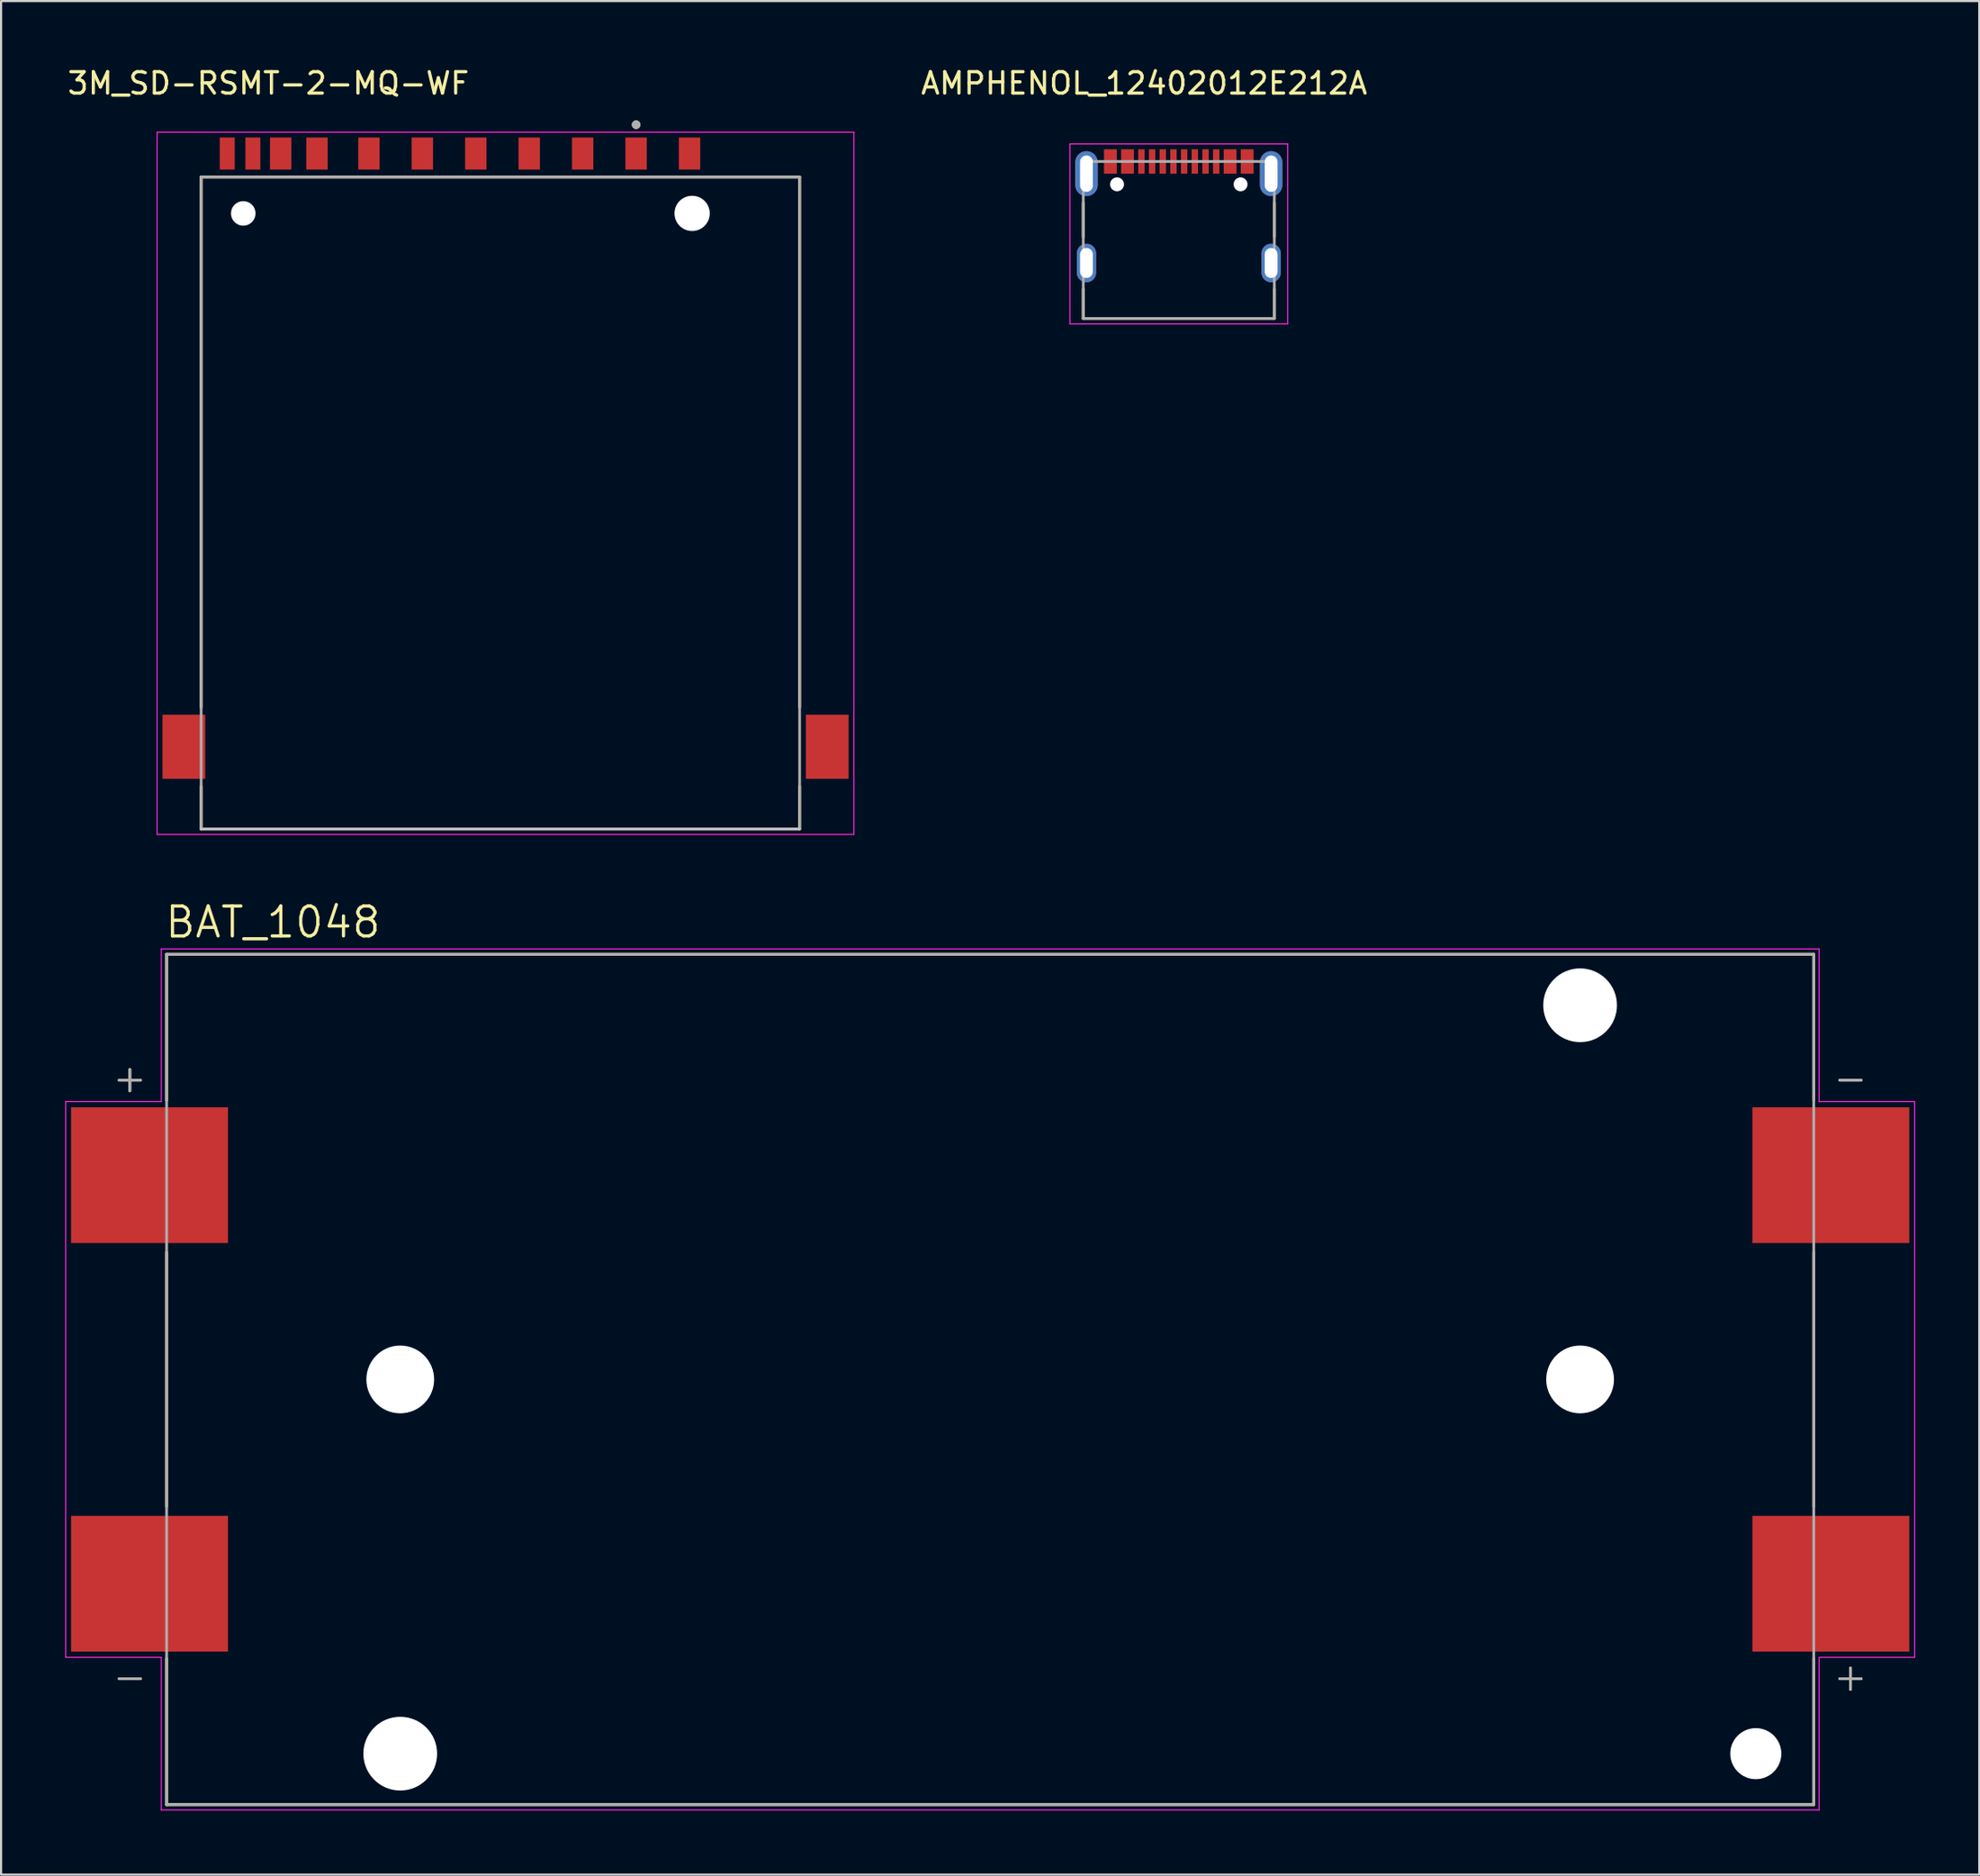
<source format=kicad_pcb>
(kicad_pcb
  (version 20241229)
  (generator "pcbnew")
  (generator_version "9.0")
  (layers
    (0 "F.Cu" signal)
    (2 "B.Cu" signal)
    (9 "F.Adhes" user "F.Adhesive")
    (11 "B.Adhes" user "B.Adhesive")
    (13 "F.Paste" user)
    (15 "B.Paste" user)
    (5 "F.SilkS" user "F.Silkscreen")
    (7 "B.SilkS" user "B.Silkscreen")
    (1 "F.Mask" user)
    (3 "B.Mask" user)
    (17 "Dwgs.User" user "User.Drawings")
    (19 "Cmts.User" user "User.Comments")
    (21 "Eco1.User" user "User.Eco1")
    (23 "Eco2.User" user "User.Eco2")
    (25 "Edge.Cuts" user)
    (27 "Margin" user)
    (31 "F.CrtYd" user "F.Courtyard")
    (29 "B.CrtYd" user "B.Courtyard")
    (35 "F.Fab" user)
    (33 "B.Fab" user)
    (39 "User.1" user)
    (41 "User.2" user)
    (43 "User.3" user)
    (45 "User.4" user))
  (footprint "BAT_1048"
    (layer "F.Cu")
    (at 43.275 61.48)
    (property "Reference" "BAT_1048" (at -33.555 -21.389 0) (layer "F.SilkS") (effects (font (size 1.4 1.4) (thickness 0.15))))
    (attr through_hole)
    (fp_line (start -40.75 -14) (end -39.75 -14) (stroke (width 0.127) (type solid)) (layer "F.SilkS"))
    (fp_line (start -40.75 14) (end -39.75 14) (stroke (width 0.127) (type solid)) (layer "F.SilkS"))
    (fp_line (start -40.25 -14.5) (end -40.25 -13.5) (stroke (width 0.127) (type solid)) (layer "F.SilkS"))
    (fp_line (start -38.53 -19.89) (end 38.53 -19.89) (stroke (width 0.127) (type solid)) (layer "F.SilkS"))
    (fp_line (start -38.53 -13.05) (end -38.53 -19.89) (stroke (width 0.127) (type solid)) (layer "F.SilkS"))
    (fp_line (start -38.53 -5.95) (end -38.53 5.95) (stroke (width 0.127) (type solid)) (layer "F.SilkS"))
    (fp_line (start -38.53 13.05) (end -38.53 19.89) (stroke (width 0.127) (type solid)) (layer "F.SilkS"))
    (fp_line (start -38.53 19.89) (end 38.53 19.89) (stroke (width 0.127) (type solid)) (layer "F.SilkS"))
    (fp_line (start 38.53 -19.89) (end 38.53 -13.05) (stroke (width 0.127) (type solid)) (layer "F.SilkS"))
    (fp_line (start 38.53 -5.95) (end 38.53 5.95) (stroke (width 0.127) (type solid)) (layer "F.SilkS"))
    (fp_line (start 38.53 19.89) (end 38.53 13.05) (stroke (width 0.127) (type solid)) (layer "F.SilkS"))
    (fp_line (start 40.25 14.5) (end 40.25 13.5) (stroke (width 0.127) (type solid)) (layer "F.SilkS"))
    (fp_line (start 40.75 -14) (end 39.75 -14) (stroke (width 0.127) (type solid)) (layer "F.SilkS"))
    (fp_line (start 40.75 14) (end 39.75 14) (stroke (width 0.127) (type solid)) (layer "F.SilkS"))
    (fp_line (start -43.25 -13) (end -38.78 -13) (stroke (width 0.05) (type solid)) (layer "F.CrtYd"))
    (fp_line (start -43.25 13) (end -43.25 -13) (stroke (width 0.05) (type solid)) (layer "F.CrtYd"))
    (fp_line (start -38.78 -20.14) (end 38.78 -20.14) (stroke (width 0.05) (type solid)) (layer "F.CrtYd"))
    (fp_line (start -38.78 -13) (end -38.78 -20.14) (stroke (width 0.05) (type solid)) (layer "F.CrtYd"))
    (fp_line (start -38.78 13) (end -43.25 13) (stroke (width 0.05) (type solid)) (layer "F.CrtYd"))
    (fp_line (start -38.78 20.14) (end -38.78 13) (stroke (width 0.05) (type solid)) (layer "F.CrtYd"))
    (fp_line (start 38.78 -20.14) (end 38.78 -13) (stroke (width 0.05) (type solid)) (layer "F.CrtYd"))
    (fp_line (start 38.78 -13) (end 43.25 -13) (stroke (width 0.05) (type solid)) (layer "F.CrtYd"))
    (fp_line (start 38.78 13) (end 38.78 20.14) (stroke (width 0.05) (type solid)) (layer "F.CrtYd"))
    (fp_line (start 38.78 20.14) (end -38.78 20.14) (stroke (width 0.05) (type solid)) (layer "F.CrtYd"))
    (fp_line (start 43.25 -13) (end 43.25 13) (stroke (width 0.05) (type solid)) (layer "F.CrtYd"))
    (fp_line (start 43.25 13) (end 38.78 13) (stroke (width 0.05) (type solid)) (layer "F.CrtYd"))
    (fp_line (start -40.75 -14) (end -39.75 -14) (stroke (width 0.127) (type solid)) (layer "F.Fab"))
    (fp_line (start -40.75 14) (end -39.75 14) (stroke (width 0.127) (type solid)) (layer "F.Fab"))
    (fp_line (start -40.25 -14.5) (end -40.25 -13.5) (stroke (width 0.127) (type solid)) (layer "F.Fab"))
    (fp_line (start -38.53 -19.89) (end 38.53 -19.89) (stroke (width 0.127) (type solid)) (layer "F.Fab"))
    (fp_line (start -38.53 19.89) (end -38.53 -19.89) (stroke (width 0.127) (type solid)) (layer "F.Fab"))
    (fp_line (start 38.53 -19.89) (end 38.53 19.89) (stroke (width 0.127) (type solid)) (layer "F.Fab"))
    (fp_line (start 38.53 19.89) (end -38.53 19.89) (stroke (width 0.127) (type solid)) (layer "F.Fab"))
    (fp_line (start 40.25 14.5) (end 40.25 13.5) (stroke (width 0.127) (type solid)) (layer "F.Fab"))
    (fp_line (start 40.75 -14) (end 39.75 -14) (stroke (width 0.127) (type solid)) (layer "F.Fab"))
    (fp_line (start 40.75 14) (end 39.75 14) (stroke (width 0.127) (type solid)) (layer "F.Fab"))
    (pad "" np_thru_hole circle (at -27.6 0) (size 3.17 3.17) (drill 3.17) (layers "*.Cu" "*.Mask"))
    (pad "" np_thru_hole circle (at -27.6 17.505) (size 3.45 3.45) (drill 3.45) (layers "*.Cu" "*.Mask"))
    (pad "" np_thru_hole circle (at 27.6 -17.505) (size 3.45 3.45) (drill 3.45) (layers "*.Cu" "*.Mask"))
    (pad "" np_thru_hole circle (at 27.6 0) (size 3.17 3.17) (drill 3.17) (layers "*.Cu" "*.Mask"))
    (pad "" np_thru_hole circle (at 35.82 17.505) (size 2.39 2.39) (drill 2.39) (layers "*.Cu" "*.Mask"))
    (pad "N1" smd rect (at 39.33 -9.555) (size 7.34 6.35) (layers "F.Cu" "F.Mask" "F.Paste"))
    (pad "N2" smd rect (at -39.33 9.555) (size 7.34 6.35) (layers "F.Cu" "F.Mask" "F.Paste"))
    (pad "P1" smd rect (at -39.33 -9.555) (size 7.34 6.35) (layers "F.Cu" "F.Mask" "F.Paste"))
    (pad "P2" smd rect (at 39.33 9.555) (size 7.34 6.35) (layers "F.Cu" "F.Mask" "F.Paste")))
  (footprint "3M_SD-RSMT-2-MQ-WF"
    (layer "F.Cu")
    (at 19.831 20.483)
    (property "Reference" "3M_SD-RSMT-2-MQ-WF" (at -10.325 -19.635 0) (layer "F.SilkS") (effects (font (size 1 1) (thickness 0.15))))
    (attr smd)
    (fp_line (start -13.47 -15.25) (end 14.53 -15.25) (stroke (width 0.127) (type solid)) (layer "F.SilkS"))
    (fp_line (start -13.47 9.55) (end -13.47 -15.25) (stroke (width 0.127) (type solid)) (layer "F.SilkS"))
    (fp_line (start -13.47 15.25) (end -13.47 13.25) (stroke (width 0.127) (type solid)) (layer "F.SilkS"))
    (fp_line (start 14.53 -15.25) (end 14.53 9.55) (stroke (width 0.127) (type solid)) (layer "F.SilkS"))
    (fp_line (start 14.53 13.25) (end 14.53 15.25) (stroke (width 0.127) (type solid)) (layer "F.SilkS"))
    (fp_circle (center 6.88 -17.7) (end 6.98 -17.7) (stroke (width 0.2) (type solid)) (fill no) (layer "F.SilkS"))
    (fp_line (start 14.53 15.25) (end -13.47 15.25) (stroke (width 0.127) (type solid)) (layer "Dwgs.User"))
    (fp_line (start -15.53 -17.35) (end -15.53 15.5) (stroke (width 0.05) (type solid)) (layer "F.CrtYd"))
    (fp_line (start -15.53 15.5) (end 17.07 15.5) (stroke (width 0.05) (type solid)) (layer "F.CrtYd"))
    (fp_line (start 17.07 -17.35) (end -15.53 -17.35) (stroke (width 0.05) (type solid)) (layer "F.CrtYd"))
    (fp_line (start 17.07 15.5) (end 17.07 -17.35) (stroke (width 0.05) (type solid)) (layer "F.CrtYd"))
    (fp_line (start -13.47 -15.25) (end 14.53 -15.25) (stroke (width 0.127) (type solid)) (layer "F.Fab"))
    (fp_line (start -13.47 15.25) (end -13.47 -15.25) (stroke (width 0.127) (type solid)) (layer "F.Fab"))
    (fp_line (start 14.53 -15.25) (end 14.53 15.25) (stroke (width 0.127) (type solid)) (layer "F.Fab"))
    (fp_line (start 14.53 15.25) (end -13.47 15.25) (stroke (width 0.127) (type solid)) (layer "F.Fab"))
    (fp_circle (center 6.88 -17.7) (end 6.98 -17.7) (stroke (width 0.2) (type solid)) (fill no) (layer "F.Fab"))
    (pad "" np_thru_hole circle (at -11.5 -13.55) (size 1.15 1.15) (drill 1.15) (layers "*.Cu" "*.Mask"))
    (pad "" np_thru_hole circle (at 9.5 -13.55) (size 1.65 1.65) (drill 1.65) (layers "*.Cu" "*.Mask"))
    (pad "1" smd rect (at 6.88 -16.35) (size 1 1.5) (layers "F.Cu" "F.Mask" "F.Paste"))
    (pad "2" smd rect (at 4.38 -16.35) (size 1 1.5) (layers "F.Cu" "F.Mask" "F.Paste"))
    (pad "3" smd rect (at 1.88 -16.35) (size 1 1.5) (layers "F.Cu" "F.Mask" "F.Paste"))
    (pad "4" smd rect (at -0.62 -16.35) (size 1 1.5) (layers "F.Cu" "F.Mask" "F.Paste"))
    (pad "5" smd rect (at -3.12 -16.35) (size 1 1.5) (layers "F.Cu" "F.Mask" "F.Paste"))
    (pad "6" smd rect (at -5.62 -16.35) (size 1 1.5) (layers "F.Cu" "F.Mask" "F.Paste"))
    (pad "7" smd rect (at -8.05 -16.35) (size 1 1.5) (layers "F.Cu" "F.Mask" "F.Paste"))
    (pad "8" smd rect (at -9.75 -16.35) (size 1 1.5) (layers "F.Cu" "F.Mask" "F.Paste"))
    (pad "9" smd rect (at 9.38 -16.35) (size 1 1.5) (layers "F.Cu" "F.Mask" "F.Paste"))
    (pad "CDI" smd rect (at -11.05 -16.35) (size 0.7 1.5) (layers "F.Cu" "F.Mask" "F.Paste"))
    (pad "G1" smd rect (at -14.28 11.4) (size 2 3) (layers "F.Cu" "F.Mask" "F.Paste"))
    (pad "G2" smd rect (at 15.82 11.4) (size 2 3) (layers "F.Cu" "F.Mask" "F.Paste"))
    (pad "WP" smd rect (at -12.25 -16.35) (size 0.7 1.5) (layers "F.Cu" "F.Mask" "F.Paste")))
  (footprint "AMPHENOL_12402012E212A"
    (layer "F.Cu")
    (at 52.1 9.253)
    (property "Reference" "AMPHENOL_12402012E212A" (at -1.62 -8.405 0) (layer "F.SilkS") (effects (font (size 1 1) (thickness 0.15))))
    (attr smd)
    (fp_line (start -4.47 -2.81) (end -4.47 -1.22) (stroke (width 0.127) (type solid)) (layer "F.SilkS"))
    (fp_line (start -4.47 2.6) (end -4.47 1.22) (stroke (width 0.127) (type solid)) (layer "F.SilkS"))
    (fp_line (start 4.47 -2.81) (end 4.47 -1.22) (stroke (width 0.127) (type solid)) (layer "F.SilkS"))
    (fp_line (start 4.47 2.6) (end -4.47 2.6) (stroke (width 0.127) (type solid)) (layer "F.SilkS"))
    (fp_line (start 4.47 2.6) (end 4.47 1.22) (stroke (width 0.127) (type solid)) (layer "F.SilkS"))
    (fp_line (start -5.095 -5.57) (end -5.095 2.85) (stroke (width 0.05) (type solid)) (layer "F.CrtYd"))
    (fp_line (start -5.095 2.85) (end 5.095 2.85) (stroke (width 0.05) (type solid)) (layer "F.CrtYd"))
    (fp_line (start 5.095 -5.57) (end -5.095 -5.57) (stroke (width 0.05) (type solid)) (layer "F.CrtYd"))
    (fp_line (start 5.095 2.85) (end 5.095 -5.57) (stroke (width 0.05) (type solid)) (layer "F.CrtYd"))
    (fp_line (start -4.47 -4.75) (end 4.47 -4.75) (stroke (width 0.127) (type solid)) (layer "F.Fab"))
    (fp_line (start -4.47 2.6) (end -4.47 -4.75) (stroke (width 0.127) (type solid)) (layer "F.Fab"))
    (fp_line (start 4.47 -4.75) (end 4.47 2.6) (stroke (width 0.127) (type solid)) (layer "F.Fab"))
    (fp_line (start 4.47 2.6) (end -4.47 2.6) (stroke (width 0.127) (type solid)) (layer "F.Fab"))
    (pad "" np_thru_hole circle (at -2.89 -3.68) (size 0.65 0.65) (drill 0.65) (layers "*.Cu" "*.Mask"))
    (pad "" np_thru_hole circle (at 2.89 -3.68) (size 0.65 0.65) (drill 0.65) (layers "*.Cu" "*.Mask"))
    (pad "A1_B12" smd rect (at -3.2 -4.75) (size 0.6 1.14) (layers "F.Cu" "F.Mask" "F.Paste"))
    (pad "A4_B9" smd rect (at -2.4 -4.75) (size 0.6 1.14) (layers "F.Cu" "F.Mask" "F.Paste"))
    (pad "A5" smd rect (at -1.25 -4.75) (size 0.3 1.14) (layers "F.Cu" "F.Mask" "F.Paste"))
    (pad "A6" smd rect (at -0.25 -4.75) (size 0.3 1.14) (layers "F.Cu" "F.Mask" "F.Paste"))
    (pad "A7" smd rect (at 0.25 -4.75) (size 0.3 1.14) (layers "F.Cu" "F.Mask" "F.Paste"))
    (pad "A8" smd rect (at 1.25 -4.75) (size 0.3 1.14) (layers "F.Cu" "F.Mask" "F.Paste"))
    (pad "B1_A12" smd rect (at 3.2 -4.75) (size 0.6 1.14) (layers "F.Cu" "F.Mask" "F.Paste"))
    (pad "B4_A9" smd rect (at 2.4 -4.75) (size 0.6 1.14) (layers "F.Cu" "F.Mask" "F.Paste"))
    (pad "B5" smd rect (at 1.75 -4.75) (size 0.3 1.14) (layers "F.Cu" "F.Mask" "F.Paste"))
    (pad "B6" smd rect (at 0.75 -4.75) (size 0.3 1.14) (layers "F.Cu" "F.Mask" "F.Paste"))
    (pad "B7" smd rect (at -0.75 -4.75) (size 0.3 1.14) (layers "F.Cu" "F.Mask" "F.Paste"))
    (pad "B8" smd rect (at -1.75 -4.75) (size 0.3 1.14) (layers "F.Cu" "F.Mask" "F.Paste"))
    (pad "SH1" thru_hole oval (at -4.32 -4.18) (size 1.05 2.1) (drill oval 0.6 1.7) (layers "*.Cu" "*.Mask"))
    (pad "SH2" thru_hole oval (at 4.32 -4.18) (size 1.05 2.1) (drill oval 0.6 1.7) (layers "*.Cu" "*.Mask"))
    (pad "SH3" thru_hole oval (at -4.32 0) (size 0.9 1.8) (drill oval 0.6 1.4) (layers "*.Cu" "*.Mask"))
    (pad "SH4" thru_hole oval (at 4.32 0) (size 0.9 1.8) (drill oval 0.6 1.4) (layers "*.Cu" "*.Mask")))
  (gr_rect
    (start -3 -3)
    (end 89.55 84.644)
    (stroke (width 0.1) (type default))
    (fill no)
    (layer "Edge.Cuts")))
</source>
